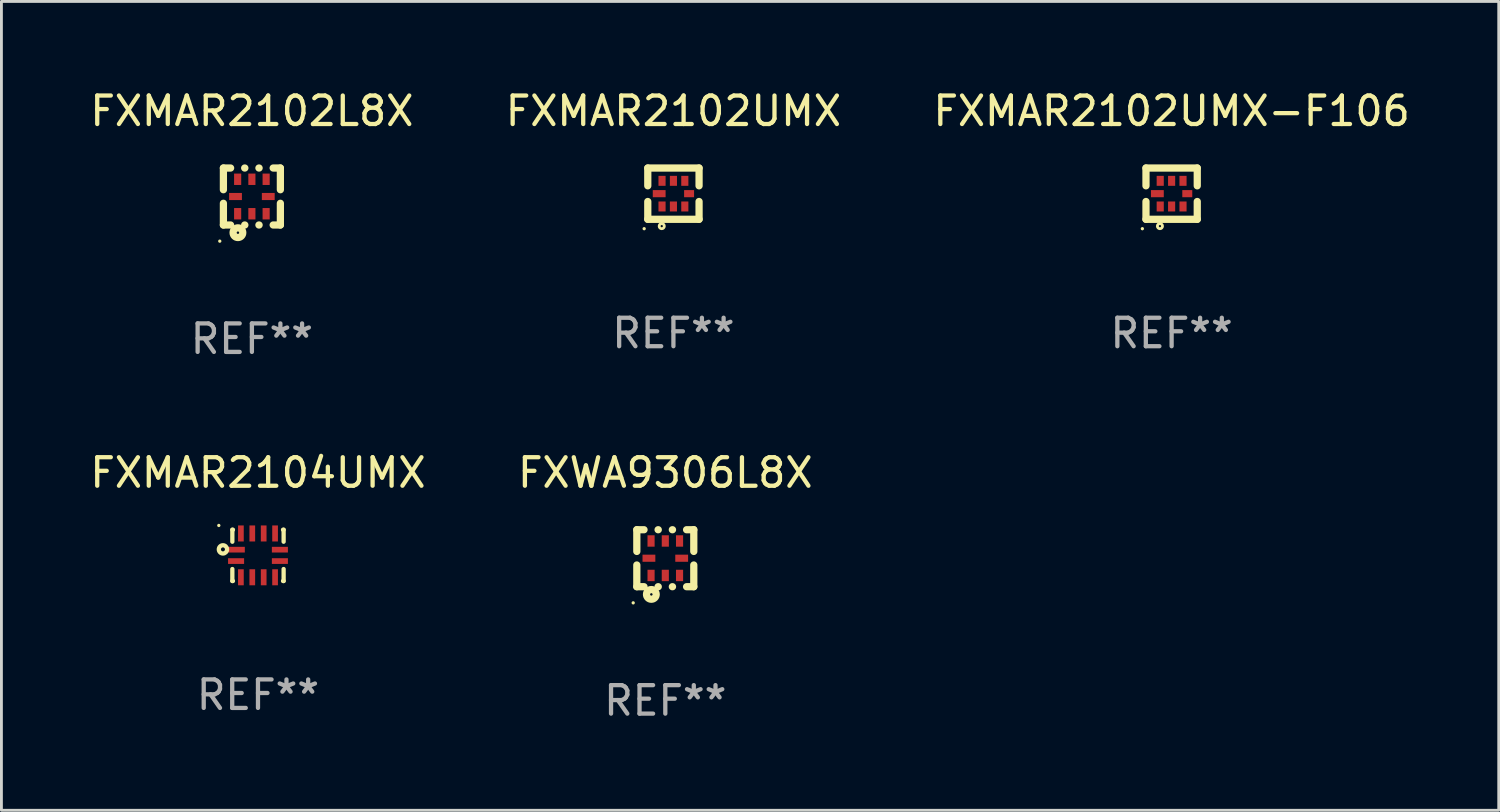
<source format=kicad_pcb>
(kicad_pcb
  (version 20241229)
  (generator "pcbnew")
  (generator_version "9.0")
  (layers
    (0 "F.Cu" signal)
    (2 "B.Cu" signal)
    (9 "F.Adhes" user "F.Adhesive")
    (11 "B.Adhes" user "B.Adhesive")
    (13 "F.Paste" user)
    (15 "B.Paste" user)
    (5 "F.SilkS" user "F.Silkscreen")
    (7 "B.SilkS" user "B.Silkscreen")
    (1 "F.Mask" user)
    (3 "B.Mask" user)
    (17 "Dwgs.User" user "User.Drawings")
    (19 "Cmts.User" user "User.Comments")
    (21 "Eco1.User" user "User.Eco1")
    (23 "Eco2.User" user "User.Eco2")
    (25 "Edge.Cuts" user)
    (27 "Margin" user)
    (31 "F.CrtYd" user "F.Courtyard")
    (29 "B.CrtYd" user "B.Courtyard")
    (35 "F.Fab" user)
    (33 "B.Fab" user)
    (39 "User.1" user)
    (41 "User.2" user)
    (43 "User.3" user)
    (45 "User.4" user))
  (footprint "FXWA9306L8X"
    (layer "F.Cu")
    (at 20.304 16.545)
    (property "Reference" "FXWA9306L8X" (at 0 -3 0) (layer "F.SilkS") (effects (font (size 1 1) (thickness 0.15))))
    (attr through_hole)
    (fp_line (start -1 -1) (end -0.747 -1) (stroke (width 0.254) (type solid)) (layer "F.SilkS"))
    (fp_line (start -1 -0.238) (end -1 -1) (stroke (width 0.254) (type solid)) (layer "F.SilkS"))
    (fp_line (start -1 1) (end -1 0.238) (stroke (width 0.254) (type solid)) (layer "F.SilkS"))
    (fp_line (start -0.747 1) (end -1 1) (stroke (width 0.254) (type solid)) (layer "F.SilkS"))
    (fp_line (start -0.253 -1) (end -0.247 -1) (stroke (width 0.254) (type solid)) (layer "F.SilkS"))
    (fp_line (start -0.247 1) (end -0.253 1) (stroke (width 0.254) (type solid)) (layer "F.SilkS"))
    (fp_line (start 0.247 -1) (end 0.253 -1) (stroke (width 0.254) (type solid)) (layer "F.SilkS"))
    (fp_line (start 0.253 1) (end 0.247 1) (stroke (width 0.254) (type solid)) (layer "F.SilkS"))
    (fp_line (start 0.747 -1) (end 1 -1) (stroke (width 0.254) (type solid)) (layer "F.SilkS"))
    (fp_line (start 1 -1) (end 1 -0.238) (stroke (width 0.254) (type solid)) (layer "F.SilkS"))
    (fp_line (start 1 0.238) (end 1 1) (stroke (width 0.254) (type solid)) (layer "F.SilkS"))
    (fp_line (start 1 1) (end 0.747 1) (stroke (width 0.254) (type solid)) (layer "F.SilkS"))
    (fp_circle (center -1.127 1.567) (end -1.097 1.567) (stroke (width 0.06) (type solid)) (fill no) (layer "F.SilkS"))
    (fp_circle (center -0.49 1.27) (end -0.32 1.27) (stroke (width 0.254) (type solid)) (fill no) (layer "F.SilkS"))
    (fp_text user "REF**" (at 0 5 0) (layer "F.Fab") (effects (font (size 1 1) (thickness 0.15))))
    (pad "1" smd rect (at -0.5 0.605 90) (size 0.4 0.25) (layers "F.Cu" "F.Mask" "F.Paste"))
    (pad "2" smd rect (at 0 0.605 90) (size 0.4 0.25) (layers "F.Cu" "F.Mask" "F.Paste"))
    (pad "3" smd rect (at 0.5 0.605 90) (size 0.4 0.25) (layers "F.Cu" "F.Mask" "F.Paste"))
    (pad "4" smd rect (at 0.575 0 180) (size 0.45 0.25) (layers "F.Cu" "F.Mask" "F.Paste"))
    (pad "5" smd rect (at 0.5 -0.605 270) (size 0.4 0.25) (layers "F.Cu" "F.Mask" "F.Paste"))
    (pad "6" smd rect (at 0 -0.605 270) (size 0.4 0.25) (layers "F.Cu" "F.Mask" "F.Paste"))
    (pad "7" smd rect (at -0.5 -0.605 270) (size 0.4 0.25) (layers "F.Cu" "F.Mask" "F.Paste"))
    (pad "8" smd rect (at -0.575 0) (size 0.45 0.25) (layers "F.Cu" "F.Mask" "F.Paste")))
  (footprint "FXMAR2102L8X"
    (layer "F.Cu")
    (at 5.792 3.848)
    (property "Reference" "FXMAR2102L8X" (at 0 -3 0) (layer "F.SilkS") (effects (font (size 1 1) (thickness 0.15))))
    (attr through_hole)
    (fp_line (start -1 -1) (end -0.747 -1) (stroke (width 0.254) (type solid)) (layer "F.SilkS"))
    (fp_line (start -1 -0.238) (end -1 -1) (stroke (width 0.254) (type solid)) (layer "F.SilkS"))
    (fp_line (start -1 1) (end -1 0.238) (stroke (width 0.254) (type solid)) (layer "F.SilkS"))
    (fp_line (start -0.747 1) (end -1 1) (stroke (width 0.254) (type solid)) (layer "F.SilkS"))
    (fp_line (start -0.253 -1) (end -0.247 -1) (stroke (width 0.254) (type solid)) (layer "F.SilkS"))
    (fp_line (start -0.247 1) (end -0.253 1) (stroke (width 0.254) (type solid)) (layer "F.SilkS"))
    (fp_line (start 0.247 -1) (end 0.253 -1) (stroke (width 0.254) (type solid)) (layer "F.SilkS"))
    (fp_line (start 0.253 1) (end 0.247 1) (stroke (width 0.254) (type solid)) (layer "F.SilkS"))
    (fp_line (start 0.747 -1) (end 1 -1) (stroke (width 0.254) (type solid)) (layer "F.SilkS"))
    (fp_line (start 1 -1) (end 1 -0.238) (stroke (width 0.254) (type solid)) (layer "F.SilkS"))
    (fp_line (start 1 0.238) (end 1 1) (stroke (width 0.254) (type solid)) (layer "F.SilkS"))
    (fp_line (start 1 1) (end 0.747 1) (stroke (width 0.254) (type solid)) (layer "F.SilkS"))
    (fp_circle (center -1.127 1.567) (end -1.097 1.567) (stroke (width 0.06) (type solid)) (fill no) (layer "F.SilkS"))
    (fp_circle (center -0.49 1.27) (end -0.32 1.27) (stroke (width 0.254) (type solid)) (fill no) (layer "F.SilkS"))
    (fp_text user "REF**" (at 0 5 0) (layer "F.Fab") (effects (font (size 1 1) (thickness 0.15))))
    (pad "1" smd rect (at -0.5 0.605 90) (size 0.4 0.25) (layers "F.Cu" "F.Mask" "F.Paste"))
    (pad "2" smd rect (at 0 0.605 90) (size 0.4 0.25) (layers "F.Cu" "F.Mask" "F.Paste"))
    (pad "3" smd rect (at 0.5 0.605 90) (size 0.4 0.25) (layers "F.Cu" "F.Mask" "F.Paste"))
    (pad "4" smd rect (at 0.575 0 180) (size 0.45 0.25) (layers "F.Cu" "F.Mask" "F.Paste"))
    (pad "5" smd rect (at 0.5 -0.605 270) (size 0.4 0.25) (layers "F.Cu" "F.Mask" "F.Paste"))
    (pad "6" smd rect (at 0 -0.605 270) (size 0.4 0.25) (layers "F.Cu" "F.Mask" "F.Paste"))
    (pad "7" smd rect (at -0.5 -0.605 270) (size 0.4 0.25) (layers "F.Cu" "F.Mask" "F.Paste"))
    (pad "8" smd rect (at -0.575 0) (size 0.45 0.25) (layers "F.Cu" "F.Mask" "F.Paste")))
  (footprint "FXMAR2104UMX"
    (layer "F.Cu")
    (at 6.006 16.445)
    (property "Reference" "FXMAR2104UMX" (at 0 -2.9 0) (layer "F.SilkS") (effects (font (size 1 1) (thickness 0.15))))
    (attr through_hole)
    (fp_line (start -0.9 -0.9) (end -0.9 -0.479) (stroke (width 0.15) (type solid)) (layer "F.SilkS"))
    (fp_line (start -0.9 0.479) (end -0.9 0.9) (stroke (width 0.15) (type solid)) (layer "F.SilkS"))
    (fp_line (start -0.9 0.9) (end -0.879 0.9) (stroke (width 0.15) (type solid)) (layer "F.SilkS"))
    (fp_line (start -0.879 -0.9) (end -0.9 -0.9) (stroke (width 0.15) (type solid)) (layer "F.SilkS"))
    (fp_line (start 0.879 0.9) (end 0.9 0.9) (stroke (width 0.15) (type solid)) (layer "F.SilkS"))
    (fp_line (start 0.9 -0.9) (end 0.879 -0.9) (stroke (width 0.15) (type solid)) (layer "F.SilkS"))
    (fp_line (start 0.9 -0.479) (end 0.9 -0.9) (stroke (width 0.15) (type solid)) (layer "F.SilkS"))
    (fp_line (start 0.9 0.9) (end 0.9 0.479) (stroke (width 0.15) (type solid)) (layer "F.SilkS"))
    (fp_circle (center -1.375 -1.05) (end -1.345 -1.05) (stroke (width 0.06) (type solid)) (fill no) (layer "F.SilkS"))
    (fp_circle (center -1.23 -0.21) (end -1.16 -0.21) (stroke (width 0.15) (type solid)) (fill no) (layer "F.SilkS"))
    (fp_text user "REF**" (at 0 4.9 0) (layer "F.Fab") (effects (font (size 1 1) (thickness 0.15))))
    (pad "1" smd rect (at -0.756 -0.2) (size 0.588 0.2) (layers "F.Cu" "F.Mask" "F.Paste"))
    (pad "2" smd rect (at -0.769 0.2) (size 0.563 0.2) (layers "F.Cu" "F.Mask" "F.Paste"))
    (pad "3" smd rect (at -0.6 0.769 90) (size 0.563 0.2) (layers "F.Cu" "F.Mask" "F.Paste"))
    (pad "4" smd rect (at -0.2 0.769 90) (size 0.563 0.2) (layers "F.Cu" "F.Mask" "F.Paste"))
    (pad "5" smd rect (at 0.2 0.769 90) (size 0.563 0.2) (layers "F.Cu" "F.Mask" "F.Paste"))
    (pad "6" smd rect (at 0.6 0.769 90) (size 0.563 0.2) (layers "F.Cu" "F.Mask" "F.Paste"))
    (pad "7" smd rect (at 0.769 0.2 180) (size 0.563 0.2) (layers "F.Cu" "F.Mask" "F.Paste"))
    (pad "8" smd rect (at 0.769 -0.2 180) (size 0.563 0.2) (layers "F.Cu" "F.Mask" "F.Paste"))
    (pad "9" smd rect (at 0.6 -0.769 270) (size 0.563 0.2) (layers "F.Cu" "F.Mask" "F.Paste"))
    (pad "10" smd rect (at 0.2 -0.769 270) (size 0.563 0.2) (layers "F.Cu" "F.Mask" "F.Paste"))
    (pad "11" smd rect (at -0.2 -0.769 270) (size 0.563 0.2) (layers "F.Cu" "F.Mask" "F.Paste"))
    (pad "12" smd rect (at -0.6 -0.769 270) (size 0.563 0.2) (layers "F.Cu" "F.Mask" "F.Paste")))
  (footprint "FXMAR2102UMX"
    (layer "F.Cu")
    (at 20.589 3.748)
    (property "Reference" "FXMAR2102UMX" (at 0 -2.9 0) (layer "F.SilkS") (effects (font (size 1 1) (thickness 0.15))))
    (attr through_hole)
    (fp_line (start -0.9 -0.9) (end 0.9 -0.9) (stroke (width 0.254) (type solid)) (layer "F.SilkS"))
    (fp_line (start -0.9 -0.275) (end -0.9 -0.9) (stroke (width 0.254) (type solid)) (layer "F.SilkS"))
    (fp_line (start -0.9 0.9) (end -0.9 0.275) (stroke (width 0.254) (type solid)) (layer "F.SilkS"))
    (fp_line (start 0.9 -0.9) (end 0.9 -0.275) (stroke (width 0.254) (type solid)) (layer "F.SilkS"))
    (fp_line (start 0.9 0.275) (end 0.9 0.9) (stroke (width 0.254) (type solid)) (layer "F.SilkS"))
    (fp_line (start 0.9 0.9) (end -0.9 0.9) (stroke (width 0.254) (type solid)) (layer "F.SilkS"))
    (fp_circle (center -1.027 1.23) (end -0.997 1.23) (stroke (width 0.06) (type solid)) (fill no) (layer "F.SilkS"))
    (fp_circle (center -0.41 1.14) (end -0.37 1.14) (stroke (width 0.1) (type solid)) (fill no) (layer "F.SilkS"))
    (fp_text user "REF**" (at 0 4.9 0) (layer "F.Fab") (effects (font (size 1 1) (thickness 0.15))))
    (pad "1" smd rect (at -0.5 0.000165 90) (size 0.25 0.45) (layers "F.Cu" "F.Mask" "F.Paste"))
    (pad "2" smd rect (at -0.4 0.45) (size 0.25 0.35) (layers "F.Cu" "F.Mask" "F.Paste"))
    (pad "3" smd rect (at 0.000127 0.45) (size 0.25 0.35) (layers "F.Cu" "F.Mask" "F.Paste"))
    (pad "4" smd rect (at 0.4 0.45) (size 0.25 0.35) (layers "F.Cu" "F.Mask" "F.Paste"))
    (pad "5" smd rect (at 0.55 0.000165 90) (size 0.25 0.35) (layers "F.Cu" "F.Mask" "F.Paste"))
    (pad "6" smd rect (at 0.4 -0.45) (size 0.25 0.35) (layers "F.Cu" "F.Mask" "F.Paste"))
    (pad "7" smd rect (at 0.000127 -0.45) (size 0.25 0.35) (layers "F.Cu" "F.Mask" "F.Paste"))
    (pad "8" smd rect (at -0.4 -0.45) (size 0.25 0.35) (layers "F.Cu" "F.Mask" "F.Paste")))
  (footprint "FXMAR2102UMX-F106"
    (layer "F.Cu")
    (at 38.077 3.748)
    (property "Reference" "FXMAR2102UMX-F106" (at 0 -2.9 0) (layer "F.SilkS") (effects (font (size 1 1) (thickness 0.15))))
    (attr through_hole)
    (fp_line (start -0.9 -0.9) (end 0.9 -0.9) (stroke (width 0.254) (type solid)) (layer "F.SilkS"))
    (fp_line (start -0.9 -0.275) (end -0.9 -0.9) (stroke (width 0.254) (type solid)) (layer "F.SilkS"))
    (fp_line (start -0.9 0.9) (end -0.9 0.275) (stroke (width 0.254) (type solid)) (layer "F.SilkS"))
    (fp_line (start 0.9 -0.9) (end 0.9 -0.275) (stroke (width 0.254) (type solid)) (layer "F.SilkS"))
    (fp_line (start 0.9 0.275) (end 0.9 0.9) (stroke (width 0.254) (type solid)) (layer "F.SilkS"))
    (fp_line (start 0.9 0.9) (end -0.9 0.9) (stroke (width 0.254) (type solid)) (layer "F.SilkS"))
    (fp_circle (center -1.027 1.23) (end -0.997 1.23) (stroke (width 0.06) (type solid)) (fill no) (layer "F.SilkS"))
    (fp_circle (center -0.41 1.14) (end -0.37 1.14) (stroke (width 0.1) (type solid)) (fill no) (layer "F.SilkS"))
    (fp_text user "REF**" (at 0 4.9 0) (layer "F.Fab") (effects (font (size 1 1) (thickness 0.15))))
    (pad "1" smd rect (at -0.5 0.000165 90) (size 0.25 0.45) (layers "F.Cu" "F.Mask" "F.Paste"))
    (pad "2" smd rect (at -0.4 0.45) (size 0.25 0.35) (layers "F.Cu" "F.Mask" "F.Paste"))
    (pad "3" smd rect (at 0.000127 0.45) (size 0.25 0.35) (layers "F.Cu" "F.Mask" "F.Paste"))
    (pad "4" smd rect (at 0.4 0.45) (size 0.25 0.35) (layers "F.Cu" "F.Mask" "F.Paste"))
    (pad "5" smd rect (at 0.55 0.000165 90) (size 0.25 0.35) (layers "F.Cu" "F.Mask" "F.Paste"))
    (pad "6" smd rect (at 0.4 -0.45) (size 0.25 0.35) (layers "F.Cu" "F.Mask" "F.Paste"))
    (pad "7" smd rect (at 0.000127 -0.45) (size 0.25 0.35) (layers "F.Cu" "F.Mask" "F.Paste"))
    (pad "8" smd rect (at -0.4 -0.45) (size 0.25 0.35) (layers "F.Cu" "F.Mask" "F.Paste")))
  (gr_rect
    (start -3 -3)
    (end 49.56 25.393)
    (stroke (width 0.1) (type default))
    (fill no)
    (layer "Edge.Cuts")))
</source>
